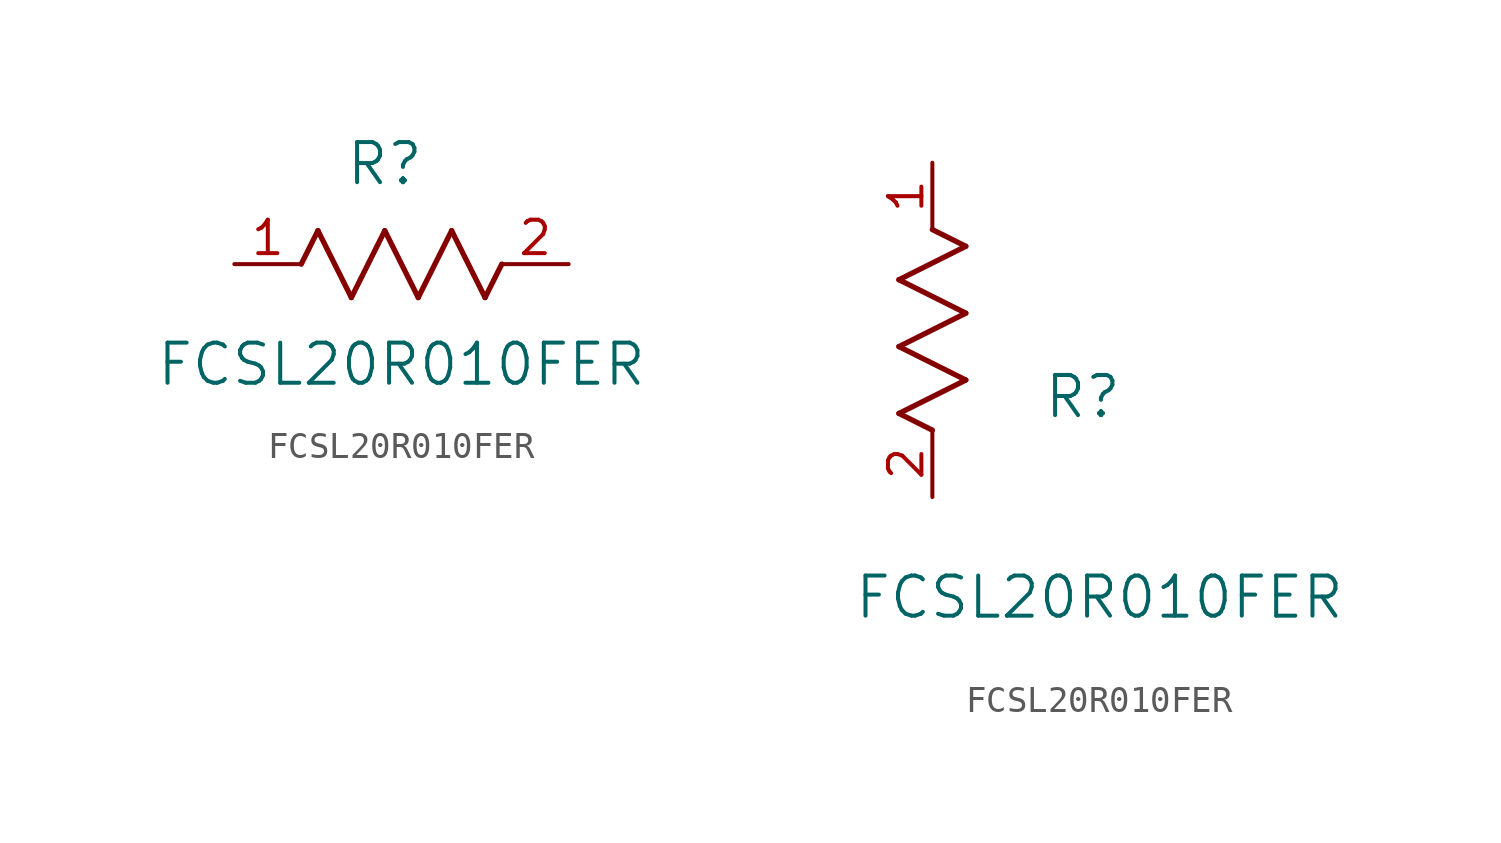
<source format=kicad_sym>
(kicad_symbol_lib
  (version 20211014)
  (generator kicad_symbol_editor)
  (symbol "FCSL20R010FER"
    (pin_names
      (offset 0.254))
    (property "Reference" "R"
      (at 5.715 3.81 0)
      (effects (font (size 1.524 1.524))))
    (property "Value" "FCSL20R010FER"
      (at 6.35 -3.81 0)
      (effects (font (size 1.524 1.524))))
    (symbol "FCSL20R010FER_1_1"
      (polyline (pts (xy 3.175 1.27) (xy 4.445 -1.27)) (stroke (width 0.203) (type default) (color 0 0 0 0)) (fill (type none)))
      (polyline (pts (xy 4.445 -1.27) (xy 5.715 1.27)) (stroke (width 0.203) (type default) (color 0 0 0 0)) (fill (type none)))
      (polyline (pts (xy 5.715 1.27) (xy 6.985 -1.27)) (stroke (width 0.203) (type default) (color 0 0 0 0)) (fill (type none)))
      (polyline (pts (xy 6.985 -1.27) (xy 8.255 1.27)) (stroke (width 0.203) (type default) (color 0 0 0 0)) (fill (type none)))
      (polyline (pts (xy 8.255 1.27) (xy 9.525 -1.27)) (stroke (width 0.203) (type default) (color 0 0 0 0)) (fill (type none)))
      (polyline (pts (xy 2.54 0) (xy 3.175 1.27)) (stroke (width 0.203) (type default) (color 0 0 0 0)) (fill (type none)))
      (polyline (pts (xy 9.525 -1.27) (xy 10.16 0)) (stroke (width 0.203) (type default) (color 0 0 0 0)) (fill (type none)))
      (pin unspecified line (at 0 0 0) (length 2.54) (name "" (effects (font (size 1.27 1.27)))) (number "1" (effects (font (size 1.27 1.27)))))
      (pin unspecified line (at 12.7 0 180) (length 2.54) (name "" (effects (font (size 1.27 1.27)))) (number "2" (effects (font (size 1.27 1.27))))))
    (symbol "FCSL20R010FER_1_2"
      (polyline (pts (xy 0 2.54) (xy -1.27 3.175)) (stroke (width 0.203) (type default) (color 0 0 0 0)) (fill (type none)))
      (polyline (pts (xy -1.27 3.175) (xy 1.27 4.445)) (stroke (width 0.203) (type default) (color 0 0 0 0)) (fill (type none)))
      (polyline (pts (xy 1.27 4.445) (xy -1.27 5.715)) (stroke (width 0.203) (type default) (color 0 0 0 0)) (fill (type none)))
      (polyline (pts (xy -1.27 5.715) (xy 1.27 6.985)) (stroke (width 0.203) (type default) (color 0 0 0 0)) (fill (type none)))
      (polyline (pts (xy -1.27 8.255) (xy 1.27 9.525)) (stroke (width 0.203) (type default) (color 0 0 0 0)) (fill (type none)))
      (polyline (pts (xy 1.27 9.525) (xy 0 10.16)) (stroke (width 0.203) (type default) (color 0 0 0 0)) (fill (type none)))
      (polyline (pts (xy 1.27 6.985) (xy -1.27 8.255)) (stroke (width 0.203) (type default) (color 0 0 0 0)) (fill (type none)))
      (pin unspecified line (at 0 12.7 270) (length 2.54) (name "" (effects (font (size 1.27 1.27)))) (number "1" (effects (font (size 1.27 1.27)))))
      (pin unspecified line (at 0 0 90) (length 2.54) (name "" (effects (font (size 1.27 1.27)))) (number "2" (effects (font (size 1.27 1.27))))))))
</source>
